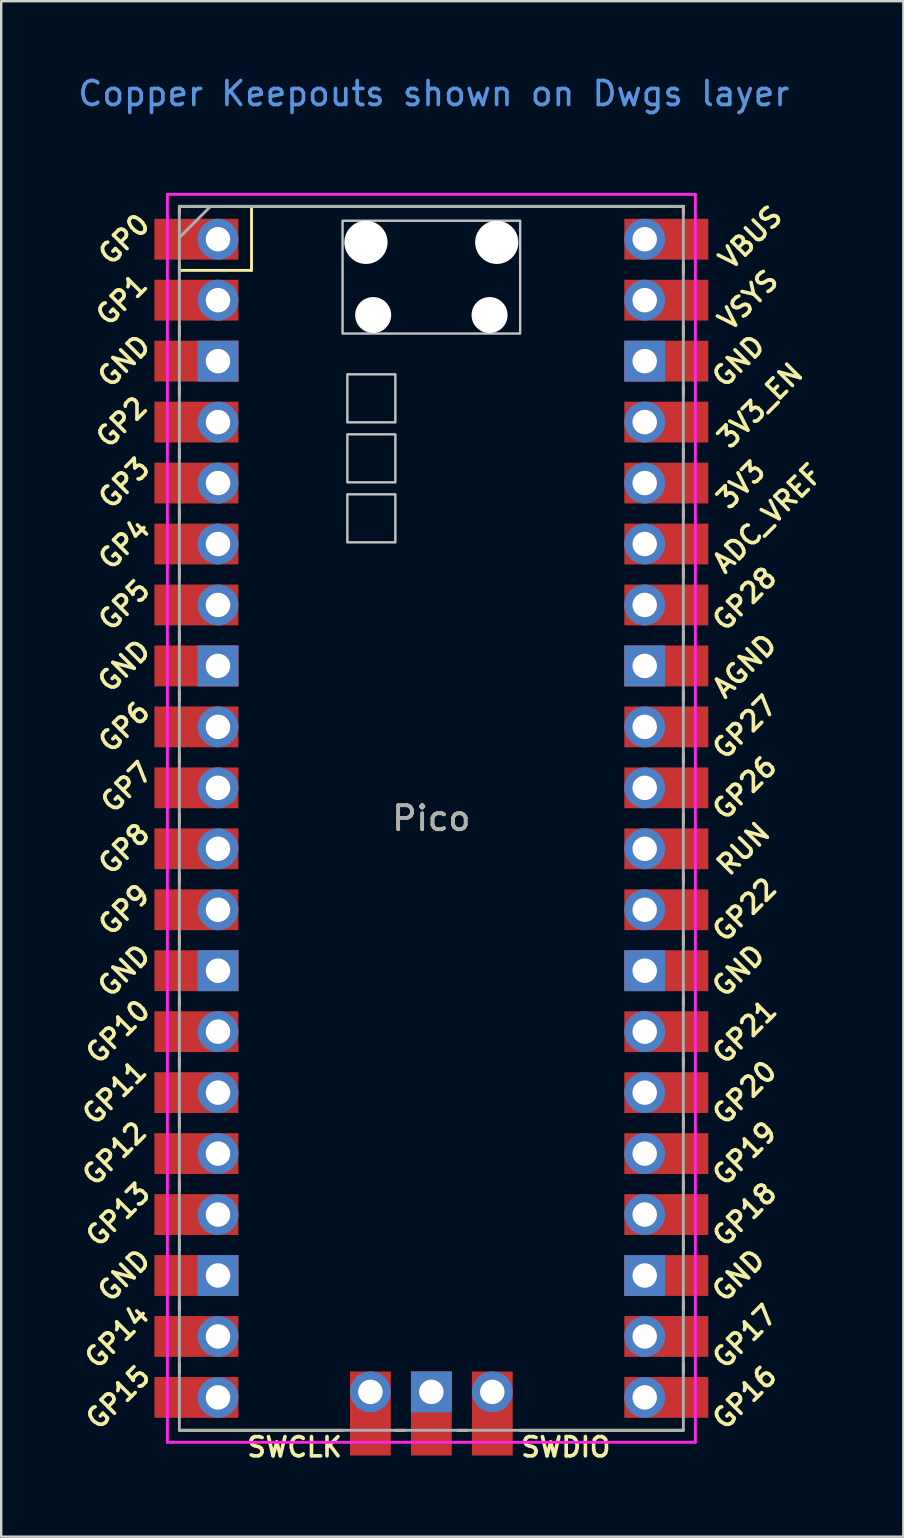
<source format=kicad_pcb>
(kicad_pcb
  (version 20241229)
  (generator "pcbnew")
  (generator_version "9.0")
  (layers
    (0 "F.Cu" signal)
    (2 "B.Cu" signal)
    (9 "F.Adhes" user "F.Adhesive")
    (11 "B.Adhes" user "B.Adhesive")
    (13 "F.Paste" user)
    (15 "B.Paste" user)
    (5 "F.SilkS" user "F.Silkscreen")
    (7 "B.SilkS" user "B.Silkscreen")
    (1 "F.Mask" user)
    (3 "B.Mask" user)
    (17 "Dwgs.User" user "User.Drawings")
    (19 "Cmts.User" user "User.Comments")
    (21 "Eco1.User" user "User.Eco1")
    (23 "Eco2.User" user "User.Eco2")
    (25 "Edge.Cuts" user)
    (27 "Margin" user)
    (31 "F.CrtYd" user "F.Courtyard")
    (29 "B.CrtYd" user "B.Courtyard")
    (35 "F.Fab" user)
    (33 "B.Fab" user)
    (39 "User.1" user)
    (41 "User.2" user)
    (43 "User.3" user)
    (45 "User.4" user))
  (footprint "Pico"
    (layer "F.Cu")
    (at 14.924 31.048)
    (property "Reference" "Pico" (at 0 0 0) (layer "F.SilkS") (effects (font (size 1 1) (thickness 0.15))))
    (attr through_hole)
    (fp_line (start -10.5 -25.5) (end -10.5 -25.2) (stroke (width 0.12) (type solid)) (layer "F.SilkS"))
    (fp_line (start -10.5 -25.5) (end 10.5 -25.5) (stroke (width 0.12) (type solid)) (layer "F.SilkS"))
    (fp_line (start -10.5 -23.1) (end -10.5 -22.7) (stroke (width 0.12) (type solid)) (layer "F.SilkS"))
    (fp_line (start -10.5 -22.833) (end -7.493 -22.833) (stroke (width 0.12) (type solid)) (layer "F.SilkS"))
    (fp_line (start -10.5 -20.5) (end -10.5 -20.1) (stroke (width 0.12) (type solid)) (layer "F.SilkS"))
    (fp_line (start -10.5 -18) (end -10.5 -17.6) (stroke (width 0.12) (type solid)) (layer "F.SilkS"))
    (fp_line (start -10.5 -15.4) (end -10.5 -15) (stroke (width 0.12) (type solid)) (layer "F.SilkS"))
    (fp_line (start -10.5 -12.9) (end -10.5 -12.5) (stroke (width 0.12) (type solid)) (layer "F.SilkS"))
    (fp_line (start -10.5 -10.4) (end -10.5 -10) (stroke (width 0.12) (type solid)) (layer "F.SilkS"))
    (fp_line (start -10.5 -7.8) (end -10.5 -7.4) (stroke (width 0.12) (type solid)) (layer "F.SilkS"))
    (fp_line (start -10.5 -5.3) (end -10.5 -4.9) (stroke (width 0.12) (type solid)) (layer "F.SilkS"))
    (fp_line (start -10.5 -2.7) (end -10.5 -2.3) (stroke (width 0.12) (type solid)) (layer "F.SilkS"))
    (fp_line (start -10.5 -0.2) (end -10.5 0.2) (stroke (width 0.12) (type solid)) (layer "F.SilkS"))
    (fp_line (start -10.5 2.3) (end -10.5 2.7) (stroke (width 0.12) (type solid)) (layer "F.SilkS"))
    (fp_line (start -10.5 4.9) (end -10.5 5.3) (stroke (width 0.12) (type solid)) (layer "F.SilkS"))
    (fp_line (start -10.5 7.4) (end -10.5 7.8) (stroke (width 0.12) (type solid)) (layer "F.SilkS"))
    (fp_line (start -10.5 10) (end -10.5 10.4) (stroke (width 0.12) (type solid)) (layer "F.SilkS"))
    (fp_line (start -10.5 12.5) (end -10.5 12.9) (stroke (width 0.12) (type solid)) (layer "F.SilkS"))
    (fp_line (start -10.5 15.1) (end -10.5 15.5) (stroke (width 0.12) (type solid)) (layer "F.SilkS"))
    (fp_line (start -10.5 17.6) (end -10.5 18) (stroke (width 0.12) (type solid)) (layer "F.SilkS"))
    (fp_line (start -10.5 20.1) (end -10.5 20.5) (stroke (width 0.12) (type solid)) (layer "F.SilkS"))
    (fp_line (start -10.5 22.7) (end -10.5 23.1) (stroke (width 0.12) (type solid)) (layer "F.SilkS"))
    (fp_line (start -7.493 -22.833) (end -7.493 -25.5) (stroke (width 0.12) (type solid)) (layer "F.SilkS"))
    (fp_line (start -3.7 25.5) (end -10.5 25.5) (stroke (width 0.12) (type solid)) (layer "F.SilkS"))
    (fp_line (start -1.5 25.5) (end -1.1 25.5) (stroke (width 0.12) (type solid)) (layer "F.SilkS"))
    (fp_line (start 1.1 25.5) (end 1.5 25.5) (stroke (width 0.12) (type solid)) (layer "F.SilkS"))
    (fp_line (start 10.5 -25.5) (end 10.5 -25.2) (stroke (width 0.12) (type solid)) (layer "F.SilkS"))
    (fp_line (start 10.5 -23.1) (end 10.5 -22.7) (stroke (width 0.12) (type solid)) (layer "F.SilkS"))
    (fp_line (start 10.5 -20.5) (end 10.5 -20.1) (stroke (width 0.12) (type solid)) (layer "F.SilkS"))
    (fp_line (start 10.5 -18) (end 10.5 -17.6) (stroke (width 0.12) (type solid)) (layer "F.SilkS"))
    (fp_line (start 10.5 -15.4) (end 10.5 -15) (stroke (width 0.12) (type solid)) (layer "F.SilkS"))
    (fp_line (start 10.5 -12.9) (end 10.5 -12.5) (stroke (width 0.12) (type solid)) (layer "F.SilkS"))
    (fp_line (start 10.5 -10.4) (end 10.5 -10) (stroke (width 0.12) (type solid)) (layer "F.SilkS"))
    (fp_line (start 10.5 -7.8) (end 10.5 -7.4) (stroke (width 0.12) (type solid)) (layer "F.SilkS"))
    (fp_line (start 10.5 -5.3) (end 10.5 -4.9) (stroke (width 0.12) (type solid)) (layer "F.SilkS"))
    (fp_line (start 10.5 -2.7) (end 10.5 -2.3) (stroke (width 0.12) (type solid)) (layer "F.SilkS"))
    (fp_line (start 10.5 -0.2) (end 10.5 0.2) (stroke (width 0.12) (type solid)) (layer "F.SilkS"))
    (fp_line (start 10.5 2.3) (end 10.5 2.7) (stroke (width 0.12) (type solid)) (layer "F.SilkS"))
    (fp_line (start 10.5 4.9) (end 10.5 5.3) (stroke (width 0.12) (type solid)) (layer "F.SilkS"))
    (fp_line (start 10.5 7.4) (end 10.5 7.8) (stroke (width 0.12) (type solid)) (layer "F.SilkS"))
    (fp_line (start 10.5 10) (end 10.5 10.4) (stroke (width 0.12) (type solid)) (layer "F.SilkS"))
    (fp_line (start 10.5 12.5) (end 10.5 12.9) (stroke (width 0.12) (type solid)) (layer "F.SilkS"))
    (fp_line (start 10.5 15.1) (end 10.5 15.5) (stroke (width 0.12) (type solid)) (layer "F.SilkS"))
    (fp_line (start 10.5 17.6) (end 10.5 18) (stroke (width 0.12) (type solid)) (layer "F.SilkS"))
    (fp_line (start 10.5 20.1) (end 10.5 20.5) (stroke (width 0.12) (type solid)) (layer "F.SilkS"))
    (fp_line (start 10.5 22.7) (end 10.5 23.1) (stroke (width 0.12) (type solid)) (layer "F.SilkS"))
    (fp_line (start 10.5 25.5) (end 3.7 25.5) (stroke (width 0.12) (type solid)) (layer "F.SilkS"))
    (fp_poly (pts (xy -1.5 -16.5) (xy -3.5 -16.5) (xy -3.5 -18.5) (xy -1.5 -18.5)) (stroke (width 0.1) (type solid)) (fill no) (layer "Dwgs.User"))
    (fp_poly (pts (xy -1.5 -14) (xy -3.5 -14) (xy -3.5 -16) (xy -1.5 -16)) (stroke (width 0.1) (type solid)) (fill no) (layer "Dwgs.User"))
    (fp_poly (pts (xy -1.5 -11.5) (xy -3.5 -11.5) (xy -3.5 -13.5) (xy -1.5 -13.5)) (stroke (width 0.1) (type solid)) (fill no) (layer "Dwgs.User"))
    (fp_poly (pts (xy 3.7 -20.2) (xy -3.7 -20.2) (xy -3.7 -24.9) (xy 3.7 -24.9)) (stroke (width 0.1) (type solid)) (fill no) (layer "Dwgs.User"))
    (fp_line (start -11 -26) (end 11 -26) (stroke (width 0.12) (type solid)) (layer "F.CrtYd"))
    (fp_line (start -11 26) (end -11 -26) (stroke (width 0.12) (type solid)) (layer "F.CrtYd"))
    (fp_line (start 11 -26) (end 11 26) (stroke (width 0.12) (type solid)) (layer "F.CrtYd"))
    (fp_line (start 11 26) (end -11 26) (stroke (width 0.12) (type solid)) (layer "F.CrtYd"))
    (fp_line (start -10.5 -25.5) (end 10.5 -25.5) (stroke (width 0.12) (type solid)) (layer "F.Fab"))
    (fp_line (start -10.5 -24.2) (end -9.2 -25.5) (stroke (width 0.12) (type solid)) (layer "F.Fab"))
    (fp_line (start -10.5 25.5) (end -10.5 -25.5) (stroke (width 0.12) (type solid)) (layer "F.Fab"))
    (fp_line (start 10.5 -25.5) (end 10.5 25.5) (stroke (width 0.12) (type solid)) (layer "F.Fab"))
    (fp_line (start 10.5 25.5) (end -10.5 25.5) (stroke (width 0.12) (type solid)) (layer "F.Fab"))
    (fp_text user "GP18" (at 13.054 16.51 45) (layer "F.SilkS") (effects (font (size 0.8 0.8) (thickness 0.15))))
    (fp_text user "GND" (at -12.8 -19.05 45) (layer "F.SilkS") (effects (font (size 0.8 0.8) (thickness 0.15))))
    (fp_text user "RUN" (at 13 1.27 45) (layer "F.SilkS") (effects (font (size 0.8 0.8) (thickness 0.15))))
    (fp_text user "GND" (at 12.8 19.05 45) (layer "F.SilkS") (effects (font (size 0.8 0.8) (thickness 0.15))))
    (fp_text user "GP17" (at 13.054 21.59 45) (layer "F.SilkS") (effects (font (size 0.8 0.8) (thickness 0.15))))
    (fp_text user "SWDIO" (at 5.6 26.2 0) (layer "F.SilkS") (effects (font (size 0.8 0.8) (thickness 0.15))))
    (fp_text user "GP1" (at -12.9 -21.6 45) (layer "F.SilkS") (effects (font (size 0.8 0.8) (thickness 0.15))))
    (fp_text user "GP21" (at 13.054 8.9 45) (layer "F.SilkS") (effects (font (size 0.8 0.8) (thickness 0.15))))
    (fp_text user "GP11" (at -13.2 11.43 45) (layer "F.SilkS") (effects (font (size 0.8 0.8) (thickness 0.15))))
    (fp_text user "SWCLK" (at -5.7 26.2 0) (layer "F.SilkS") (effects (font (size 0.8 0.8) (thickness 0.15))))
    (fp_text user "GP13" (at -13.054 16.51 45) (layer "F.SilkS") (effects (font (size 0.8 0.8) (thickness 0.15))))
    (fp_text user "ADC_VREF" (at 14 -12.5 45) (layer "F.SilkS") (effects (font (size 0.8 0.8) (thickness 0.15))))
    (fp_text user "GP2" (at -12.9 -16.51 45) (layer "F.SilkS") (effects (font (size 0.8 0.8) (thickness 0.15))))
    (fp_text user "VBUS" (at 13.3 -24.2 45) (layer "F.SilkS") (effects (font (size 0.8 0.8) (thickness 0.15))))
    (fp_text user "VSYS" (at 13.2 -21.59 45) (layer "F.SilkS") (effects (font (size 0.8 0.8) (thickness 0.15))))
    (fp_text user "GP14" (at -13.1 21.59 45) (layer "F.SilkS") (effects (font (size 0.8 0.8) (thickness 0.15))))
    (fp_text user "GND" (at -12.8 19.05 45) (layer "F.SilkS") (effects (font (size 0.8 0.8) (thickness 0.15))))
    (fp_text user "GP26" (at 13.054 -1.27 45) (layer "F.SilkS") (effects (font (size 0.8 0.8) (thickness 0.15))))
    (fp_text user "GP4" (at -12.8 -11.43 45) (layer "F.SilkS") (effects (font (size 0.8 0.8) (thickness 0.15))))
    (fp_text user "GP6" (at -12.8 -3.81 45) (layer "F.SilkS") (effects (font (size 0.8 0.8) (thickness 0.15))))
    (fp_text user "GP12" (at -13.2 13.97 45) (layer "F.SilkS") (effects (font (size 0.8 0.8) (thickness 0.15))))
    (fp_text user "3V3_EN" (at 13.7 -17.2 45) (layer "F.SilkS") (effects (font (size 0.8 0.8) (thickness 0.15))))
    (fp_text user "GP20" (at 13.054 11.43 45) (layer "F.SilkS") (effects (font (size 0.8 0.8) (thickness 0.15))))
    (fp_text user "GP16" (at 13.054 24.13 45) (layer "F.SilkS") (effects (font (size 0.8 0.8) (thickness 0.15))))
    (fp_text user "GND" (at 12.8 6.35 45) (layer "F.SilkS") (effects (font (size 0.8 0.8) (thickness 0.15))))
    (fp_text user "GND" (at 12.8 -19.05 45) (layer "F.SilkS") (effects (font (size 0.8 0.8) (thickness 0.15))))
    (fp_text user "GP3" (at -12.8 -13.97 45) (layer "F.SilkS") (effects (font (size 0.8 0.8) (thickness 0.15))))
    (fp_text user "AGND" (at 13.054 -6.35 45) (layer "F.SilkS") (effects (font (size 0.8 0.8) (thickness 0.15))))
    (fp_text user "GP7" (at -12.7 -1.3 45) (layer "F.SilkS") (effects (font (size 0.8 0.8) (thickness 0.15))))
    (fp_text user "GP27" (at 13.054 -3.8 45) (layer "F.SilkS") (effects (font (size 0.8 0.8) (thickness 0.15))))
    (fp_text user "GP22" (at 13.054 3.81 45) (layer "F.SilkS") (effects (font (size 0.8 0.8) (thickness 0.15))))
    (fp_text user "GP28" (at 13.054 -9.144 45) (layer "F.SilkS") (effects (font (size 0.8 0.8) (thickness 0.15))))
    (fp_text user "GP9" (at -12.8 3.81 45) (layer "F.SilkS") (effects (font (size 0.8 0.8) (thickness 0.15))))
    (fp_text user "GP10" (at -13.054 8.89 45) (layer "F.SilkS") (effects (font (size 0.8 0.8) (thickness 0.15))))
    (fp_text user "GP5" (at -12.8 -8.89 45) (layer "F.SilkS") (effects (font (size 0.8 0.8) (thickness 0.15))))
    (fp_text user "GND" (at -12.8 6.35 45) (layer "F.SilkS") (effects (font (size 0.8 0.8) (thickness 0.15))))
    (fp_text user "GND" (at -12.8 -6.35 45) (layer "F.SilkS") (effects (font (size 0.8 0.8) (thickness 0.15))))
    (fp_text user "GP15" (at -13.054 24.13 45) (layer "F.SilkS") (effects (font (size 0.8 0.8) (thickness 0.15))))
    (fp_text user "GP0" (at -12.8 -24.13 45) (layer "F.SilkS") (effects (font (size 0.8 0.8) (thickness 0.15))))
    (fp_text user "GP8" (at -12.8 1.27 45) (layer "F.SilkS") (effects (font (size 0.8 0.8) (thickness 0.15))))
    (fp_text user "3V3" (at 12.9 -13.9 45) (layer "F.SilkS") (effects (font (size 0.8 0.8) (thickness 0.15))))
    (fp_text user "GP19" (at 13.054 13.97 45) (layer "F.SilkS") (effects (font (size 0.8 0.8) (thickness 0.15))))
    (fp_text user "Copper Keepouts shown on Dwgs layer" (at 0.1 -30.2 0) (layer "Cmts.User") (effects (font (size 1 1) (thickness 0.15))))
    (fp_text user "${REFERENCE}" (at 0 0 180) (layer "F.Fab") (effects (font (size 1 1) (thickness 0.15))))
    (pad "" np_thru_hole oval (at -2.725 -24) (size 1.8 1.8) (drill 1.8) (layers "*.Cu" "*.Mask"))
    (pad "" np_thru_hole oval (at -2.425 -20.97) (size 1.5 1.5) (drill 1.5) (layers "*.Cu" "*.Mask"))
    (pad "" np_thru_hole oval (at 2.425 -20.97) (size 1.5 1.5) (drill 1.5) (layers "*.Cu" "*.Mask"))
    (pad "" np_thru_hole oval (at 2.725 -24) (size 1.8 1.8) (drill 1.8) (layers "*.Cu" "*.Mask"))
    (pad "1" thru_hole oval (at -8.89 -24.13) (size 1.7 1.7) (drill 1.02) (layers "*.Cu" "*.Mask"))
    (pad "1" smd rect (at -8.89 -24.13) (size 3.5 1.7) (drill (offset -0.9 0)) (layers "F.Cu" "F.Mask"))
    (pad "2" thru_hole oval (at -8.89 -21.59) (size 1.7 1.7) (drill 1.02) (layers "*.Cu" "*.Mask"))
    (pad "2" smd rect (at -8.89 -21.59) (size 3.5 1.7) (drill (offset -0.9 0)) (layers "F.Cu" "F.Mask"))
    (pad "3" thru_hole rect (at -8.89 -19.05) (size 1.7 1.7) (drill 1.02) (layers "*.Cu" "*.Mask"))
    (pad "3" smd rect (at -8.89 -19.05) (size 3.5 1.7) (drill (offset -0.9 0)) (layers "F.Cu" "F.Mask"))
    (pad "4" thru_hole oval (at -8.89 -16.51) (size 1.7 1.7) (drill 1.02) (layers "*.Cu" "*.Mask"))
    (pad "4" smd rect (at -8.89 -16.51) (size 3.5 1.7) (drill (offset -0.9 0)) (layers "F.Cu" "F.Mask"))
    (pad "5" thru_hole oval (at -8.89 -13.97) (size 1.7 1.7) (drill 1.02) (layers "*.Cu" "*.Mask"))
    (pad "5" smd rect (at -8.89 -13.97) (size 3.5 1.7) (drill (offset -0.9 0)) (layers "F.Cu" "F.Mask"))
    (pad "6" thru_hole oval (at -8.89 -11.43) (size 1.7 1.7) (drill 1.02) (layers "*.Cu" "*.Mask"))
    (pad "6" smd rect (at -8.89 -11.43) (size 3.5 1.7) (drill (offset -0.9 0)) (layers "F.Cu" "F.Mask"))
    (pad "7" thru_hole oval (at -8.89 -8.89) (size 1.7 1.7) (drill 1.02) (layers "*.Cu" "*.Mask"))
    (pad "7" smd rect (at -8.89 -8.89) (size 3.5 1.7) (drill (offset -0.9 0)) (layers "F.Cu" "F.Mask"))
    (pad "8" thru_hole rect (at -8.89 -6.35) (size 1.7 1.7) (drill 1.02) (layers "*.Cu" "*.Mask"))
    (pad "8" smd rect (at -8.89 -6.35) (size 3.5 1.7) (drill (offset -0.9 0)) (layers "F.Cu" "F.Mask"))
    (pad "9" thru_hole oval (at -8.89 -3.81) (size 1.7 1.7) (drill 1.02) (layers "*.Cu" "*.Mask"))
    (pad "9" smd rect (at -8.89 -3.81) (size 3.5 1.7) (drill (offset -0.9 0)) (layers "F.Cu" "F.Mask"))
    (pad "10" thru_hole oval (at -8.89 -1.27) (size 1.7 1.7) (drill 1.02) (layers "*.Cu" "*.Mask"))
    (pad "10" smd rect (at -8.89 -1.27) (size 3.5 1.7) (drill (offset -0.9 0)) (layers "F.Cu" "F.Mask"))
    (pad "11" thru_hole oval (at -8.89 1.27) (size 1.7 1.7) (drill 1.02) (layers "*.Cu" "*.Mask"))
    (pad "11" smd rect (at -8.89 1.27) (size 3.5 1.7) (drill (offset -0.9 0)) (layers "F.Cu" "F.Mask"))
    (pad "12" thru_hole oval (at -8.89 3.81) (size 1.7 1.7) (drill 1.02) (layers "*.Cu" "*.Mask"))
    (pad "12" smd rect (at -8.89 3.81) (size 3.5 1.7) (drill (offset -0.9 0)) (layers "F.Cu" "F.Mask"))
    (pad "13" thru_hole rect (at -8.89 6.35) (size 1.7 1.7) (drill 1.02) (layers "*.Cu" "*.Mask"))
    (pad "13" smd rect (at -8.89 6.35) (size 3.5 1.7) (drill (offset -0.9 0)) (layers "F.Cu" "F.Mask"))
    (pad "14" thru_hole oval (at -8.89 8.89) (size 1.7 1.7) (drill 1.02) (layers "*.Cu" "*.Mask"))
    (pad "14" smd rect (at -8.89 8.89) (size 3.5 1.7) (drill (offset -0.9 0)) (layers "F.Cu" "F.Mask"))
    (pad "15" thru_hole oval (at -8.89 11.43) (size 1.7 1.7) (drill 1.02) (layers "*.Cu" "*.Mask"))
    (pad "15" smd rect (at -8.89 11.43) (size 3.5 1.7) (drill (offset -0.9 0)) (layers "F.Cu" "F.Mask"))
    (pad "16" thru_hole oval (at -8.89 13.97) (size 1.7 1.7) (drill 1.02) (layers "*.Cu" "*.Mask"))
    (pad "16" smd rect (at -8.89 13.97) (size 3.5 1.7) (drill (offset -0.9 0)) (layers "F.Cu" "F.Mask"))
    (pad "17" thru_hole oval (at -8.89 16.51) (size 1.7 1.7) (drill 1.02) (layers "*.Cu" "*.Mask"))
    (pad "17" smd rect (at -8.89 16.51) (size 3.5 1.7) (drill (offset -0.9 0)) (layers "F.Cu" "F.Mask"))
    (pad "18" thru_hole rect (at -8.89 19.05) (size 1.7 1.7) (drill 1.02) (layers "*.Cu" "*.Mask"))
    (pad "18" smd rect (at -8.89 19.05) (size 3.5 1.7) (drill (offset -0.9 0)) (layers "F.Cu" "F.Mask"))
    (pad "19" thru_hole oval (at -8.89 21.59) (size 1.7 1.7) (drill 1.02) (layers "*.Cu" "*.Mask"))
    (pad "19" smd rect (at -8.89 21.59) (size 3.5 1.7) (drill (offset -0.9 0)) (layers "F.Cu" "F.Mask"))
    (pad "20" thru_hole oval (at -8.89 24.13) (size 1.7 1.7) (drill 1.02) (layers "*.Cu" "*.Mask"))
    (pad "20" smd rect (at -8.89 24.13) (size 3.5 1.7) (drill (offset -0.9 0)) (layers "F.Cu" "F.Mask"))
    (pad "21" thru_hole oval (at 8.89 24.13) (size 1.7 1.7) (drill 1.02) (layers "*.Cu" "*.Mask"))
    (pad "21" smd rect (at 8.89 24.13) (size 3.5 1.7) (drill (offset 0.9 0)) (layers "F.Cu" "F.Mask"))
    (pad "22" thru_hole oval (at 8.89 21.59) (size 1.7 1.7) (drill 1.02) (layers "*.Cu" "*.Mask"))
    (pad "22" smd rect (at 8.89 21.59) (size 3.5 1.7) (drill (offset 0.9 0)) (layers "F.Cu" "F.Mask"))
    (pad "23" thru_hole rect (at 8.89 19.05) (size 1.7 1.7) (drill 1.02) (layers "*.Cu" "*.Mask"))
    (pad "23" smd rect (at 8.89 19.05) (size 3.5 1.7) (drill (offset 0.9 0)) (layers "F.Cu" "F.Mask"))
    (pad "24" thru_hole oval (at 8.89 16.51) (size 1.7 1.7) (drill 1.02) (layers "*.Cu" "*.Mask"))
    (pad "24" smd rect (at 8.89 16.51) (size 3.5 1.7) (drill (offset 0.9 0)) (layers "F.Cu" "F.Mask"))
    (pad "25" thru_hole oval (at 8.89 13.97) (size 1.7 1.7) (drill 1.02) (layers "*.Cu" "*.Mask"))
    (pad "25" smd rect (at 8.89 13.97) (size 3.5 1.7) (drill (offset 0.9 0)) (layers "F.Cu" "F.Mask"))
    (pad "26" thru_hole oval (at 8.89 11.43) (size 1.7 1.7) (drill 1.02) (layers "*.Cu" "*.Mask"))
    (pad "26" smd rect (at 8.89 11.43) (size 3.5 1.7) (drill (offset 0.9 0)) (layers "F.Cu" "F.Mask"))
    (pad "27" thru_hole oval (at 8.89 8.89) (size 1.7 1.7) (drill 1.02) (layers "*.Cu" "*.Mask"))
    (pad "27" smd rect (at 8.89 8.89) (size 3.5 1.7) (drill (offset 0.9 0)) (layers "F.Cu" "F.Mask"))
    (pad "28" thru_hole rect (at 8.89 6.35) (size 1.7 1.7) (drill 1.02) (layers "*.Cu" "*.Mask"))
    (pad "28" smd rect (at 8.89 6.35) (size 3.5 1.7) (drill (offset 0.9 0)) (layers "F.Cu" "F.Mask"))
    (pad "29" thru_hole oval (at 8.89 3.81) (size 1.7 1.7) (drill 1.02) (layers "*.Cu" "*.Mask"))
    (pad "29" smd rect (at 8.89 3.81) (size 3.5 1.7) (drill (offset 0.9 0)) (layers "F.Cu" "F.Mask"))
    (pad "30" thru_hole oval (at 8.89 1.27) (size 1.7 1.7) (drill 1.02) (layers "*.Cu" "*.Mask"))
    (pad "30" smd rect (at 8.89 1.27) (size 3.5 1.7) (drill (offset 0.9 0)) (layers "F.Cu" "F.Mask"))
    (pad "31" thru_hole oval (at 8.89 -1.27) (size 1.7 1.7) (drill 1.02) (layers "*.Cu" "*.Mask"))
    (pad "31" smd rect (at 8.89 -1.27) (size 3.5 1.7) (drill (offset 0.9 0)) (layers "F.Cu" "F.Mask"))
    (pad "32" thru_hole oval (at 8.89 -3.81) (size 1.7 1.7) (drill 1.02) (layers "*.Cu" "*.Mask"))
    (pad "32" smd rect (at 8.89 -3.81) (size 3.5 1.7) (drill (offset 0.9 0)) (layers "F.Cu" "F.Mask"))
    (pad "33" thru_hole rect (at 8.89 -6.35) (size 1.7 1.7) (drill 1.02) (layers "*.Cu" "*.Mask"))
    (pad "33" smd rect (at 8.89 -6.35) (size 3.5 1.7) (drill (offset 0.9 0)) (layers "F.Cu" "F.Mask"))
    (pad "34" thru_hole oval (at 8.89 -8.89) (size 1.7 1.7) (drill 1.02) (layers "*.Cu" "*.Mask"))
    (pad "34" smd rect (at 8.89 -8.89) (size 3.5 1.7) (drill (offset 0.9 0)) (layers "F.Cu" "F.Mask"))
    (pad "35" thru_hole oval (at 8.89 -11.43) (size 1.7 1.7) (drill 1.02) (layers "*.Cu" "*.Mask"))
    (pad "35" smd rect (at 8.89 -11.43) (size 3.5 1.7) (drill (offset 0.9 0)) (layers "F.Cu" "F.Mask"))
    (pad "36" thru_hole oval (at 8.89 -13.97) (size 1.7 1.7) (drill 1.02) (layers "*.Cu" "*.Mask"))
    (pad "36" smd rect (at 8.89 -13.97) (size 3.5 1.7) (drill (offset 0.9 0)) (layers "F.Cu" "F.Mask"))
    (pad "37" thru_hole oval (at 8.89 -16.51) (size 1.7 1.7) (drill 1.02) (layers "*.Cu" "*.Mask"))
    (pad "37" smd rect (at 8.89 -16.51) (size 3.5 1.7) (drill (offset 0.9 0)) (layers "F.Cu" "F.Mask"))
    (pad "38" thru_hole rect (at 8.89 -19.05) (size 1.7 1.7) (drill 1.02) (layers "*.Cu" "*.Mask"))
    (pad "38" smd rect (at 8.89 -19.05) (size 3.5 1.7) (drill (offset 0.9 0)) (layers "F.Cu" "F.Mask"))
    (pad "39" thru_hole oval (at 8.89 -21.59) (size 1.7 1.7) (drill 1.02) (layers "*.Cu" "*.Mask"))
    (pad "39" smd rect (at 8.89 -21.59) (size 3.5 1.7) (drill (offset 0.9 0)) (layers "F.Cu" "F.Mask"))
    (pad "40" thru_hole oval (at 8.89 -24.13) (size 1.7 1.7) (drill 1.02) (layers "*.Cu" "*.Mask"))
    (pad "40" smd rect (at 8.89 -24.13) (size 3.5 1.7) (drill (offset 0.9 0)) (layers "F.Cu" "F.Mask"))
    (pad "41" thru_hole oval (at -2.54 23.9) (size 1.7 1.7) (drill 1.02) (layers "*.Cu" "*.Mask"))
    (pad "41" smd rect (at -2.54 23.9 90) (size 3.5 1.7) (drill (offset -0.9 0)) (layers "F.Cu" "F.Mask"))
    (pad "42" thru_hole rect (at 0 23.9) (size 1.7 1.7) (drill 1.02) (layers "*.Cu" "*.Mask"))
    (pad "42" smd rect (at 0 23.9 90) (size 3.5 1.7) (drill (offset -0.9 0)) (layers "F.Cu" "F.Mask"))
    (pad "43" thru_hole oval (at 2.54 23.9) (size 1.7 1.7) (drill 1.02) (layers "*.Cu" "*.Mask"))
    (pad "43" smd rect (at 2.54 23.9 90) (size 3.5 1.7) (drill (offset -0.9 0)) (layers "F.Cu" "F.Mask")))
  (gr_rect
    (start -3 -3)
    (end 34.591 60.98)
    (stroke (width 0.1) (type default))
    (fill no)
    (layer "Edge.Cuts")))
</source>
